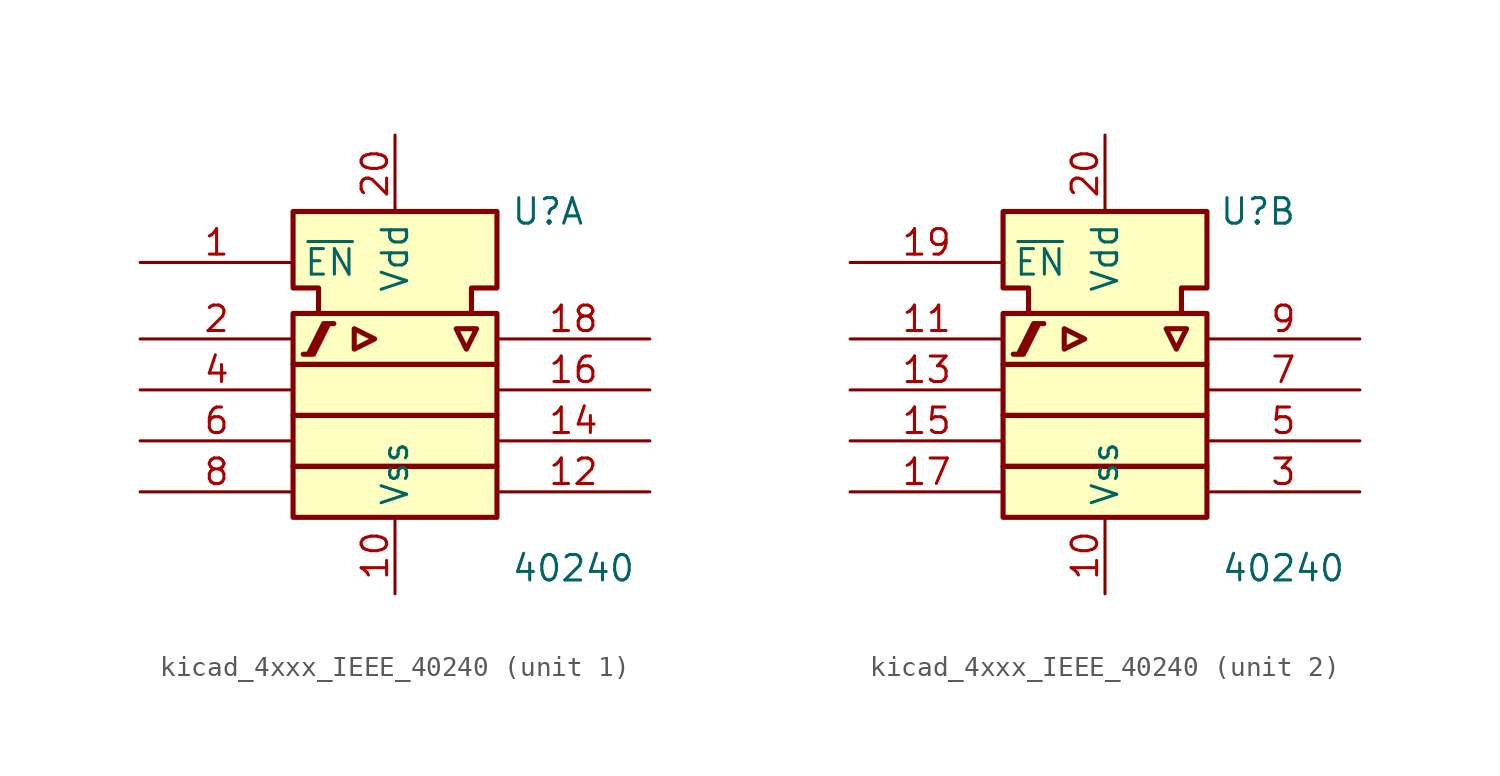
<source format=kicad_sym>
(kicad_symbol_lib
  (version 20220914)
  (generator kicad_symbol_editor)
  (symbol "kicad_4xxx_IEEE_40240"
    (property "Reference" "U"
      (at 7.62 8.89 0)
      (effects (font (size 1.27 1.27))))
    (property "Value" "40240"
      (at 8.89 -8.89 0)
      (effects (font (size 1.27 1.27))))
    (symbol "kicad_4xxx_IEEE_40240_0_0"
      (polyline (pts (xy -2.032 3.048) (xy -2.032 2.032) (xy -1.016 2.54) (xy -2.032 3.048) (xy -2.032 3.048)) (stroke (width 0.254) (type default)) (fill (type background)))
      (polyline (pts (xy 3.048 3.048) (xy 4.064 3.048) (xy 3.556 2.032) (xy 3.048 3.048) (xy 3.048 3.048)) (stroke (width 0.254) (type default)) (fill (type background)))
      (polyline (pts (xy -4.572 1.778) (xy -4.064 1.778) (xy -3.302 3.302) (xy -3.048 3.302) (xy -3.556 3.302) (xy -4.318 1.778) (xy -4.318 1.778)) (stroke (width 0.254) (type default)) (fill (type background))))
    (symbol "kicad_4xxx_IEEE_40240_0_1"
      (rectangle (start -5.08 -3.81) (end 5.08 -6.35) (stroke (width 0.254) (type default)) (fill (type background)))
      (rectangle (start -5.08 -1.27) (end 5.08 -3.81) (stroke (width 0.254) (type default)) (fill (type background)))
      (rectangle (start -5.08 1.27) (end 5.08 -1.27) (stroke (width 0.254) (type default)) (fill (type background)))
      (rectangle (start -5.08 3.81) (end 5.08 1.27) (stroke (width 0.254) (type default)) (fill (type background)))
      (polyline (pts (xy -3.81 3.81) (xy -3.81 5.08) (xy -5.08 5.08) (xy -5.08 8.89) (xy 5.08 8.89) (xy 5.08 5.08) (xy 3.81 5.08) (xy 3.81 3.81) (xy 3.81 3.81)) (stroke (width 0.254) (type default)) (fill (type background)))
      (pin power_in line (at 0 -10.16 90) (length 3.81) (name "Vss" (effects (font (size 1.27 1.27)))) (number "10" (effects (font (size 1.27 1.27)))))
      (pin power_in line (at 0 12.7 270) (length 3.81) (name "Vdd" (effects (font (size 1.27 1.27)))) (number "20" (effects (font (size 1.27 1.27))))))
    (symbol "kicad_4xxx_IEEE_40240_1_0"
      (pin output line (at 12.7 -5.08 180) (length 7.62) (name "~" (effects (font (size 1.27 1.27)))) (number "12" (effects (font (size 1.27 1.27)))))
      (pin output line (at 12.7 -2.54 180) (length 7.62) (name "~" (effects (font (size 1.27 1.27)))) (number "14" (effects (font (size 1.27 1.27)))))
      (pin output line (at 12.7 0 180) (length 7.62) (name "~" (effects (font (size 1.27 1.27)))) (number "16" (effects (font (size 1.27 1.27)))))
      (pin output line (at 12.7 2.54 180) (length 7.62) (name "~" (effects (font (size 1.27 1.27)))) (number "18" (effects (font (size 1.27 1.27)))))
      (pin input line (at -12.7 0 0) (length 7.62) (name "~" (effects (font (size 1.27 1.27)))) (number "4" (effects (font (size 1.27 1.27))))))
    (symbol "kicad_4xxx_IEEE_40240_1_1"
      (pin input line (at -12.7 6.35 0) (length 7.62) (name "~{EN}" (effects (font (size 1.27 1.27)))) (number "1" (effects (font (size 1.27 1.27)))))
      (pin input line (at -12.7 2.54 0) (length 7.62) (name "~" (effects (font (size 1.27 1.27)))) (number "2" (effects (font (size 1.27 1.27)))))
      (pin input line (at -12.7 -2.54 0) (length 7.62) (name "~" (effects (font (size 1.27 1.27)))) (number "6" (effects (font (size 1.27 1.27)))))
      (pin input line (at -12.7 -5.08 0) (length 7.62) (name "~" (effects (font (size 1.27 1.27)))) (number "8" (effects (font (size 1.27 1.27))))))
    (symbol "kicad_4xxx_IEEE_40240_2_0"
      (pin input line (at -12.7 2.54 0) (length 7.62) (name "~" (effects (font (size 1.27 1.27)))) (number "11" (effects (font (size 1.27 1.27)))))
      (pin input line (at -12.7 -2.54 0) (length 7.62) (name "~" (effects (font (size 1.27 1.27)))) (number "15" (effects (font (size 1.27 1.27)))))
      (pin input line (at -12.7 -5.08 0) (length 7.62) (name "~" (effects (font (size 1.27 1.27)))) (number "17" (effects (font (size 1.27 1.27)))))
      (pin input line (at -12.7 6.35 0) (length 7.62) (name "~{EN}" (effects (font (size 1.27 1.27)))) (number "19" (effects (font (size 1.27 1.27))))))
    (symbol "kicad_4xxx_IEEE_40240_2_1"
      (pin input line (at -12.7 0 0) (length 7.62) (name "~" (effects (font (size 1.27 1.27)))) (number "13" (effects (font (size 1.27 1.27)))))
      (pin output line (at 12.7 -5.08 180) (length 7.62) (name "~" (effects (font (size 1.27 1.27)))) (number "3" (effects (font (size 1.27 1.27)))))
      (pin output line (at 12.7 -2.54 180) (length 7.62) (name "~" (effects (font (size 1.27 1.27)))) (number "5" (effects (font (size 1.27 1.27)))))
      (pin output line (at 12.7 0 180) (length 7.62) (name "~" (effects (font (size 1.27 1.27)))) (number "7" (effects (font (size 1.27 1.27)))))
      (pin output line (at 12.7 2.54 180) (length 7.62) (name "~" (effects (font (size 1.27 1.27)))) (number "9" (effects (font (size 1.27 1.27))))))))
</source>
